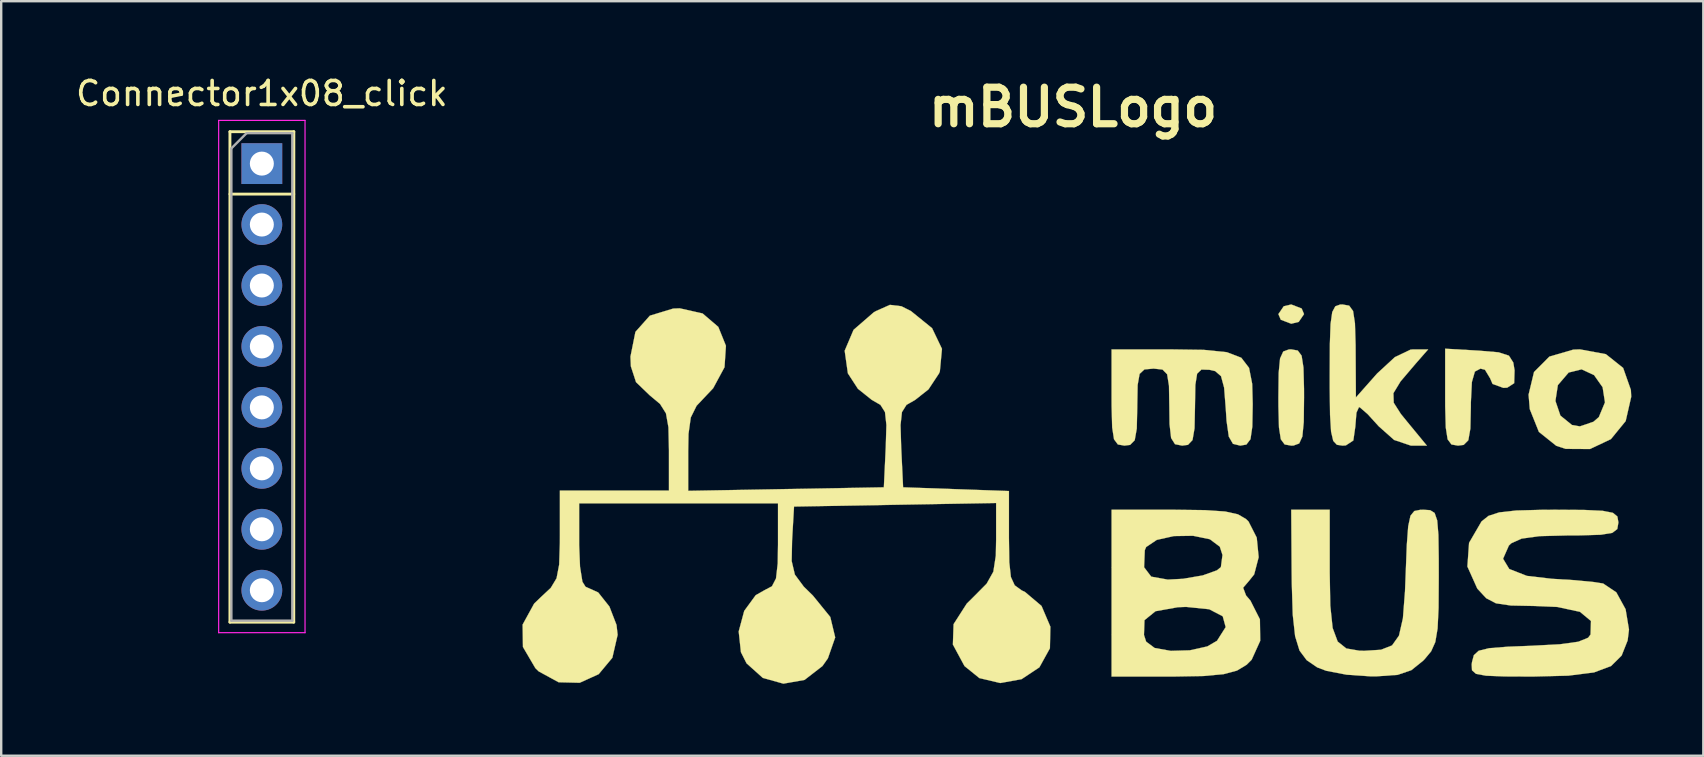
<source format=kicad_pcb>
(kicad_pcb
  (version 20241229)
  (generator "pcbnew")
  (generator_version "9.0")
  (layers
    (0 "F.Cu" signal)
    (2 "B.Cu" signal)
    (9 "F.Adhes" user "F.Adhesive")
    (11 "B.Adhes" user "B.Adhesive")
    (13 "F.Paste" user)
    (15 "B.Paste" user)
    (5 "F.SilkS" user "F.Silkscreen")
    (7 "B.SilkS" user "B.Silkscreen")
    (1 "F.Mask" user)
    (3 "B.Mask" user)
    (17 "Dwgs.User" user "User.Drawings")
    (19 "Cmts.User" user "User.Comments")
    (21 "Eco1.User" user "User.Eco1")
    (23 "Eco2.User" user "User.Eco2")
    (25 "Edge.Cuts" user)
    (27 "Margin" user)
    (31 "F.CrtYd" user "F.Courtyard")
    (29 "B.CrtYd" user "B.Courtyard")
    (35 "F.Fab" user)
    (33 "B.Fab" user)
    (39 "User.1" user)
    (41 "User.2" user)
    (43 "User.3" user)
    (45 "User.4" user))
  (footprint "Connector1x08_click"
    (layer "F.Cu")
    (at 7.863 3.769)
    (property "Reference" "Connector1x08_click" (at 0 -2.921 0) (layer "F.SilkS") (effects (font (size 1 1) (thickness 0.15))))
    (attr through_hole)
    (fp_line (start -1.33 -1.33) (end -1.33 19.11) (stroke (width 0.12) (type solid)) (layer "F.SilkS"))
    (fp_line (start -1.33 -1.33) (end 1.333 -1.33) (stroke (width 0.12) (type solid)) (layer "F.SilkS"))
    (fp_line (start -1.33 1.27) (end 1.33 1.27) (stroke (width 0.12) (type solid)) (layer "F.SilkS"))
    (fp_line (start -1.33 19.11) (end 1.33 19.11) (stroke (width 0.12) (type solid)) (layer "F.SilkS"))
    (fp_line (start 1.333 -1.33) (end 1.33 19.11) (stroke (width 0.12) (type solid)) (layer "F.SilkS"))
    (fp_line (start -1.8 -1.8) (end -1.8 19.55) (stroke (width 0.05) (type solid)) (layer "F.CrtYd"))
    (fp_line (start -1.8 19.55) (end 1.8 19.55) (stroke (width 0.05) (type solid)) (layer "F.CrtYd"))
    (fp_line (start 1.8 -1.8) (end -1.8 -1.8) (stroke (width 0.05) (type solid)) (layer "F.CrtYd"))
    (fp_line (start 1.8 19.55) (end 1.8 -1.8) (stroke (width 0.05) (type solid)) (layer "F.CrtYd"))
    (fp_line (start -1.27 -0.635) (end -0.635 -1.27) (stroke (width 0.1) (type solid)) (layer "F.Fab"))
    (fp_line (start -1.27 19.05) (end -1.27 -0.635) (stroke (width 0.1) (type solid)) (layer "F.Fab"))
    (fp_line (start -0.635 -1.27) (end 1.27 -1.27) (stroke (width 0.1) (type solid)) (layer "F.Fab"))
    (fp_line (start 1.27 -1.27) (end 1.27 19.05) (stroke (width 0.1) (type solid)) (layer "F.Fab"))
    (fp_line (start 1.27 19.05) (end -1.27 19.05) (stroke (width 0.1) (type solid)) (layer "F.Fab"))
    (pad "1" thru_hole rect (at 0 0) (size 1.7 1.7) (drill 1) (layers "*.Cu" "*.Mask"))
    (pad "2" thru_hole oval (at 0 2.54) (size 1.7 1.7) (drill 1) (layers "*.Cu" "*.Mask"))
    (pad "3" thru_hole oval (at 0 5.08) (size 1.7 1.7) (drill 1) (layers "*.Cu" "*.Mask"))
    (pad "4" thru_hole oval (at 0 7.62) (size 1.7 1.7) (drill 1) (layers "*.Cu" "*.Mask"))
    (pad "5" thru_hole oval (at 0 10.16) (size 1.7 1.7) (drill 1) (layers "*.Cu" "*.Mask"))
    (pad "6" thru_hole oval (at 0 12.7) (size 1.7 1.7) (drill 1) (layers "*.Cu" "*.Mask"))
    (pad "7" thru_hole oval (at 0 15.24) (size 1.7 1.7) (drill 1) (layers "*.Cu" "*.Mask"))
    (pad "8" thru_hole oval (at 0 17.78) (size 1.7 1.7) (drill 1) (layers "*.Cu" "*.Mask")))
  (footprint "mBUSLogo"
    (layer "F.Cu")
    (at 41.674 17.928)
    (property "Reference" "mBUSLogo" (at 0 -16.51 0) (layer "F.SilkS") (effects (font (size 1.524 1.524) (thickness 0.3))))
    (attr through_hole)
    (fp_poly (pts (xy 9.526 -8.121) (xy 9.625 -7.887) (xy 9.402 -7.561) (xy 9.091 -7.486) (xy 8.655 -7.653) (xy 8.556 -7.887) (xy 8.779 -8.214) (xy 9.091 -8.288) (xy 9.526 -8.121)) (stroke (width 0.01) (type solid)) (fill yes) (layer "F.SilkS"))
    (fp_poly (pts (xy 9.364 -6.369) (xy 9.524 -6.154) (xy 9.601 -5.658) (xy 9.624 -4.773) (xy 9.625 -4.412) (xy 9.613 -3.386) (xy 9.555 -2.785) (xy 9.423 -2.496) (xy 9.187 -2.409) (xy 9.091 -2.406) (xy 8.817 -2.454) (xy 8.657 -2.67) (xy 8.58 -3.165) (xy 8.557 -4.051) (xy 8.556 -4.412) (xy 8.568 -5.437) (xy 8.626 -6.038) (xy 8.758 -6.327) (xy 8.994 -6.414) (xy 9.091 -6.417) (xy 9.364 -6.369)) (stroke (width 0.01) (type solid)) (fill yes) (layer "F.SilkS"))
    (fp_poly (pts (xy 16.911 -6.364) (xy 17.734 -6.294) (xy 18.164 -6.155) (xy 18.346 -5.869) (xy 18.399 -5.548) (xy 18.383 -5.007) (xy 18.093 -4.821) (xy 17.931 -4.813) (xy 17.482 -4.976) (xy 17.379 -5.214) (xy 17.165 -5.568) (xy 16.978 -5.615) (xy 16.745 -5.492) (xy 16.62 -5.055) (xy 16.578 -4.204) (xy 16.577 -4.011) (xy 16.557 -3.115) (xy 16.472 -2.63) (xy 16.279 -2.436) (xy 16.042 -2.406) (xy 15.769 -2.453) (xy 15.609 -2.668) (xy 15.532 -3.161) (xy 15.508 -4.043) (xy 15.507 -4.426) (xy 15.507 -6.445) (xy 16.911 -6.364)) (stroke (width 0.01) (type solid)) (fill yes) (layer "F.SilkS"))
    (fp_poly (pts (xy 22.203 -6.218) (xy 22.924 -5.644) (xy 23.247 -4.727) (xy 23.261 -4.441) (xy 23.03 -3.429) (xy 22.416 -2.677) (xy 21.543 -2.264) (xy 20.531 -2.27) (xy 20.137 -2.398) (xy 19.413 -2.977) (xy 19.033 -3.927) (xy 19.005 -4.27) (xy 20.102 -4.27) (xy 20.31 -3.656) (xy 20.792 -3.265) (xy 21.122 -3.208) (xy 21.688 -3.401) (xy 21.912 -3.595) (xy 22.167 -4.208) (xy 22.069 -4.838) (xy 21.713 -5.344) (xy 21.194 -5.585) (xy 20.654 -5.452) (xy 20.204 -4.928) (xy 20.102 -4.27) (xy 19.005 -4.27) (xy 18.983 -4.528) (xy 19.21 -5.473) (xy 19.851 -6.116) (xy 20.846 -6.406) (xy 21.122 -6.417) (xy 22.203 -6.218)) (stroke (width 0.01) (type solid)) (fill yes) (layer "F.SilkS"))
    (fp_poly (pts (xy 11.507 -8.239) (xy 11.669 -8.015) (xy 11.747 -7.504) (xy 11.774 -6.595) (xy 11.775 -6.35) (xy 11.786 -4.412) (xy 12.673 -5.414) (xy 13.411 -6.094) (xy 14.064 -6.406) (xy 14.179 -6.417) (xy 14.798 -6.417) (xy 14.271 -5.815) (xy 13.646 -5.08) (xy 13.35 -4.591) (xy 13.363 -4.192) (xy 13.661 -3.725) (xy 13.932 -3.392) (xy 14.744 -2.406) (xy 14.08 -2.406) (xy 13.379 -2.642) (xy 12.741 -3.208) (xy 12.276 -3.719) (xy 11.958 -3.995) (xy 11.915 -4.011) (xy 11.809 -3.778) (xy 11.764 -3.217) (xy 11.764 -3.208) (xy 11.68 -2.621) (xy 11.368 -2.415) (xy 11.229 -2.406) (xy 10.995 -2.44) (xy 10.842 -2.603) (xy 10.752 -2.988) (xy 10.709 -3.687) (xy 10.695 -4.793) (xy 10.695 -5.347) (xy 10.701 -6.634) (xy 10.731 -7.479) (xy 10.801 -7.974) (xy 10.928 -8.212) (xy 11.129 -8.285) (xy 11.229 -8.288) (xy 11.507 -8.239)) (stroke (width 0.01) (type solid)) (fill yes) (layer "F.SilkS"))
    (fp_poly (pts (xy 10.695 2.888) (xy 10.719 4.265) (xy 10.817 5.194) (xy 11.027 5.76) (xy 11.386 6.048) (xy 11.934 6.142) (xy 12.152 6.145) (xy 12.832 6.102) (xy 13.293 5.921) (xy 13.582 5.513) (xy 13.746 4.79) (xy 13.833 3.664) (xy 13.861 2.951) (xy 13.908 1.735) (xy 13.966 0.956) (xy 14.061 0.517) (xy 14.221 0.32) (xy 14.472 0.269) (xy 14.597 0.267) (xy 14.882 0.285) (xy 15.068 0.402) (xy 15.175 0.712) (xy 15.225 1.311) (xy 15.239 2.295) (xy 15.24 3.087) (xy 15.232 4.36) (xy 15.191 5.218) (xy 15.096 5.78) (xy 14.924 6.165) (xy 14.653 6.492) (xy 14.584 6.563) (xy 14.098 6.953) (xy 13.523 7.149) (xy 12.662 7.209) (xy 12.378 7.209) (xy 11.4 7.142) (xy 10.549 6.979) (xy 10.174 6.837) (xy 9.735 6.536) (xy 9.437 6.136) (xy 9.253 5.538) (xy 9.154 4.638) (xy 9.114 3.334) (xy 9.109 2.874) (xy 9.091 0.267) (xy 10.695 0.267) (xy 10.695 2.888)) (stroke (width 0.01) (type solid)) (fill yes) (layer "F.SilkS"))
    (fp_poly (pts (xy 5.443 -6.397) (xy 6.408 -6.299) (xy 7.01 -6.068) (xy 7.333 -5.647) (xy 7.464 -4.98) (xy 7.486 -4.135) (xy 7.469 -3.196) (xy 7.393 -2.674) (xy 7.222 -2.45) (xy 6.965 -2.406) (xy 6.663 -2.48) (xy 6.489 -2.782) (xy 6.396 -3.434) (xy 6.363 -3.944) (xy 6.294 -4.823) (xy 6.165 -5.301) (xy 5.921 -5.511) (xy 5.682 -5.566) (xy 5.35 -5.576) (xy 5.169 -5.405) (xy 5.095 -4.938) (xy 5.08 -4.055) (xy 5.08 -4.029) (xy 5.061 -3.127) (xy 4.977 -2.637) (xy 4.788 -2.438) (xy 4.545 -2.406) (xy 4.247 -2.465) (xy 4.085 -2.722) (xy 4.02 -3.3) (xy 4.011 -4.011) (xy 3.996 -4.9) (xy 3.919 -5.38) (xy 3.726 -5.576) (xy 3.366 -5.615) (xy 3.342 -5.615) (xy 2.972 -5.581) (xy 2.772 -5.395) (xy 2.69 -4.932) (xy 2.674 -4.067) (xy 2.674 -4.011) (xy 2.654 -3.115) (xy 2.568 -2.63) (xy 2.376 -2.436) (xy 2.139 -2.406) (xy 1.866 -2.454) (xy 1.705 -2.67) (xy 1.628 -3.165) (xy 1.605 -4.051) (xy 1.604 -4.412) (xy 1.604 -6.417) (xy 4.028 -6.417) (xy 5.443 -6.397)) (stroke (width 0.01) (type solid)) (fill yes) (layer "F.SilkS"))
    (fp_poly (pts (xy 5.498 0.283) (xy 6.338 0.34) (xy 6.87 0.458) (xy 7.207 0.654) (xy 7.311 0.756) (xy 7.654 1.43) (xy 7.734 2.245) (xy 7.547 2.961) (xy 7.346 3.214) (xy 7.087 3.517) (xy 7.208 3.839) (xy 7.39 4.052) (xy 7.786 4.834) (xy 7.799 5.729) (xy 7.442 6.517) (xy 7.234 6.726) (xy 6.83 6.97) (xy 6.271 7.12) (xy 5.432 7.197) (xy 4.189 7.219) (xy 4.115 7.219) (xy 1.604 7.219) (xy 1.604 5.485) (xy 2.954 5.485) (xy 3.044 5.764) (xy 3.398 6.028) (xy 4.07 6.148) (xy 4.867 6.125) (xy 5.593 5.963) (xy 5.997 5.729) (xy 6.359 5.158) (xy 6.236 4.707) (xy 5.672 4.414) (xy 4.71 4.316) (xy 4.368 4.329) (xy 3.435 4.496) (xy 2.975 4.869) (xy 2.954 5.485) (xy 1.604 5.485) (xy 1.604 2.664) (xy 2.959 2.664) (xy 3.256 3.055) (xy 3.945 3.178) (xy 4.578 3.145) (xy 5.401 3.004) (xy 5.996 2.791) (xy 6.159 2.658) (xy 6.226 2.152) (xy 6.114 1.806) (xy 5.699 1.496) (xy 4.999 1.352) (xy 4.2 1.364) (xy 3.487 1.523) (xy 3.044 1.821) (xy 2.988 1.954) (xy 2.959 2.664) (xy 1.604 2.664) (xy 1.604 0.267) (xy 4.236 0.267) (xy 5.498 0.283)) (stroke (width 0.01) (type solid)) (fill yes) (layer "F.SilkS"))
    (fp_poly (pts (xy 21.3 0.275) (xy 22.068 0.311) (xy 22.497 0.395) (xy 22.684 0.547) (xy 22.726 0.786) (xy 22.726 0.802) (xy 22.681 1.07) (xy 22.473 1.23) (xy 21.994 1.309) (xy 21.135 1.335) (xy 20.62 1.337) (xy 19.443 1.367) (xy 18.691 1.47) (xy 18.26 1.665) (xy 18.162 1.76) (xy 17.92 2.309) (xy 18.178 2.736) (xy 18.911 3.023) (xy 19.947 3.144) (xy 20.91 3.203) (xy 21.726 3.283) (xy 22.091 3.341) (xy 22.64 3.709) (xy 23.027 4.414) (xy 23.168 5.261) (xy 23.112 5.714) (xy 22.861 6.345) (xy 22.423 6.779) (xy 21.71 7.047) (xy 20.637 7.182) (xy 19.172 7.219) (xy 17.971 7.214) (xy 17.209 7.184) (xy 16.792 7.106) (xy 16.625 6.958) (xy 16.612 6.718) (xy 16.625 6.617) (xy 16.702 6.328) (xy 16.904 6.144) (xy 17.339 6.037) (xy 18.115 5.975) (xy 19.062 5.938) (xy 20.285 5.874) (xy 21.057 5.767) (xy 21.463 5.602) (xy 21.566 5.467) (xy 21.583 4.902) (xy 21.124 4.521) (xy 20.175 4.318) (xy 19.237 4.278) (xy 18.244 4.258) (xy 17.625 4.167) (xy 17.217 3.954) (xy 16.861 3.57) (xy 16.843 3.547) (xy 16.433 2.633) (xy 16.503 1.646) (xy 17.023 0.753) (xy 17.314 0.522) (xy 17.76 0.377) (xy 18.473 0.298) (xy 19.565 0.269) (xy 20.094 0.267) (xy 21.3 0.275)) (stroke (width 0.01) (type solid)) (fill yes) (layer "F.SilkS"))
    (fp_poly (pts (xy -7.158 -8.215) (xy -6.758 -8.014) (xy -5.877 -7.3) (xy -5.465 -6.439) (xy -5.553 -5.5) (xy -5.585 -5.419) (xy -6.027 -4.75) (xy -6.581 -4.312) (xy -6.944 -4.104) (xy -7.133 -3.803) (xy -7.192 -3.262) (xy -7.165 -2.339) (xy -7.085 -0.668) (xy -4.879 -0.591) (xy -2.674 -0.513) (xy -2.674 1.438) (xy -2.66 2.455) (xy -2.593 3.07) (xy -2.433 3.417) (xy -2.139 3.63) (xy -2 3.697) (xy -1.316 4.276) (xy -0.947 5.141) (xy -0.966 6.041) (xy -1.405 6.835) (xy -2.148 7.328) (xy -3.035 7.489) (xy -3.906 7.283) (xy -4.526 6.782) (xy -5.01 5.885) (xy -4.981 5.035) (xy -4.432 4.179) (xy -4.144 3.894) (xy -3.603 3.348) (xy -3.324 2.849) (xy -3.221 2.18) (xy -3.208 1.512) (xy -3.208 -0.014) (xy -7.419 0.06) (xy -11.631 0.134) (xy -11.712 1.542) (xy -11.729 2.405) (xy -11.596 2.97) (xy -11.226 3.47) (xy -10.843 3.846) (xy -10.12 4.736) (xy -9.915 5.588) (xy -10.22 6.46) (xy -10.447 6.782) (xy -11.193 7.359) (xy -12.074 7.515) (xy -12.932 7.275) (xy -13.61 6.668) (xy -13.844 6.203) (xy -13.937 5.34) (xy -13.707 4.483) (xy -13.229 3.829) (xy -12.857 3.617) (xy -12.551 3.456) (xy -12.382 3.13) (xy -12.311 2.507) (xy -12.299 1.72) (xy -12.299 0) (xy -20.587 0) (xy -20.587 1.738) (xy -20.55 2.646) (xy -20.45 3.268) (xy -20.32 3.476) (xy -19.794 3.712) (xy -19.325 4.302) (xy -19.029 5.068) (xy -18.983 5.481) (xy -19.203 6.437) (xy -19.773 7.12) (xy -20.563 7.478) (xy -21.441 7.457) (xy -22.273 7.004) (xy -22.412 6.868) (xy -22.929 5.986) (xy -22.943 5.054) (xy -22.463 4.18) (xy -22.192 3.918) (xy -21.769 3.523) (xy -21.528 3.122) (xy -21.419 2.552) (xy -21.39 1.651) (xy -21.389 1.354) (xy -21.389 -0.535) (xy -16.844 -0.535) (xy -16.844 -2.222) (xy -16.865 -3.168) (xy -16.969 -3.752) (xy -17.216 -4.144) (xy -17.646 -4.503) (xy -18.216 -5.051) (xy -18.431 -5.71) (xy -18.448 -6.116) (xy -18.241 -7.146) (xy -17.639 -7.822) (xy -16.669 -8.117) (xy -16.395 -8.128) (xy -15.442 -7.914) (xy -14.787 -7.354) (xy -14.469 -6.567) (xy -14.528 -5.674) (xy -15.002 -4.796) (xy -15.24 -4.545) (xy -15.693 -4.065) (xy -15.934 -3.579) (xy -16.029 -2.895) (xy -16.042 -2.158) (xy -16.042 -0.521) (xy -11.965 -0.595) (xy -7.887 -0.668) (xy -7.808 -2.339) (xy -7.781 -3.265) (xy -7.84 -3.804) (xy -8.03 -4.105) (xy -8.391 -4.312) (xy -8.969 -4.775) (xy -9.387 -5.419) (xy -9.52 -6.36) (xy -9.15 -7.231) (xy -8.308 -7.961) (xy -8.215 -8.014) (xy -7.634 -8.272) (xy -7.158 -8.215)) (stroke (width 0.01) (type solid)) (fill yes) (layer "F.SilkS")))
  (gr_rect
    (start -3 -3)
    (end 67.94 28.448)
    (stroke (width 0.1) (type default))
    (fill no)
    (layer "Edge.Cuts")))
</source>
